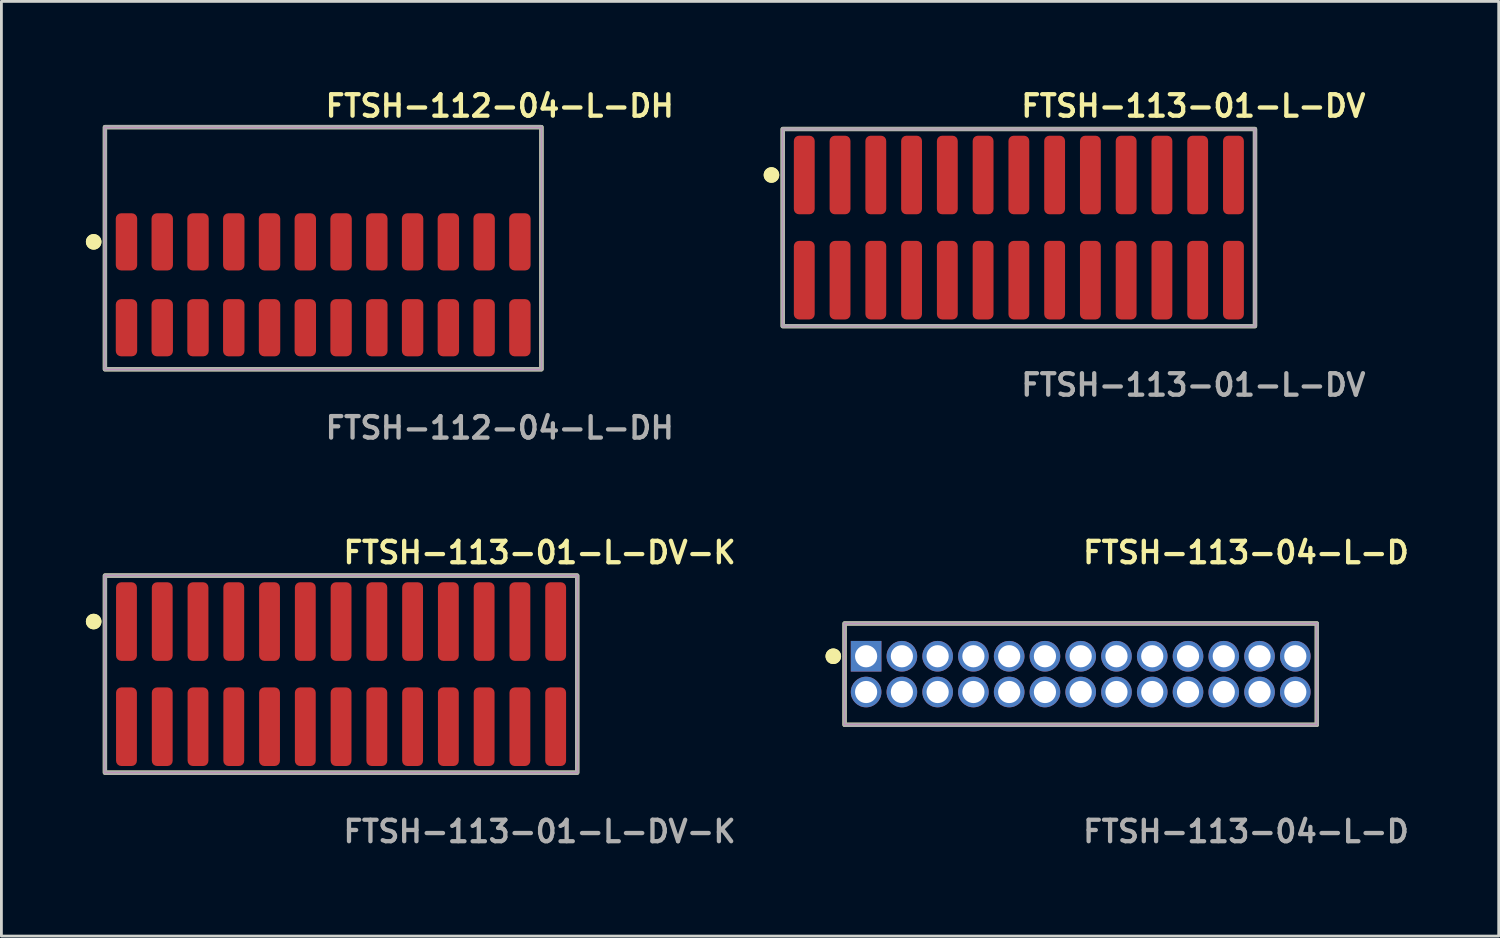
<source format=kicad_pcb>
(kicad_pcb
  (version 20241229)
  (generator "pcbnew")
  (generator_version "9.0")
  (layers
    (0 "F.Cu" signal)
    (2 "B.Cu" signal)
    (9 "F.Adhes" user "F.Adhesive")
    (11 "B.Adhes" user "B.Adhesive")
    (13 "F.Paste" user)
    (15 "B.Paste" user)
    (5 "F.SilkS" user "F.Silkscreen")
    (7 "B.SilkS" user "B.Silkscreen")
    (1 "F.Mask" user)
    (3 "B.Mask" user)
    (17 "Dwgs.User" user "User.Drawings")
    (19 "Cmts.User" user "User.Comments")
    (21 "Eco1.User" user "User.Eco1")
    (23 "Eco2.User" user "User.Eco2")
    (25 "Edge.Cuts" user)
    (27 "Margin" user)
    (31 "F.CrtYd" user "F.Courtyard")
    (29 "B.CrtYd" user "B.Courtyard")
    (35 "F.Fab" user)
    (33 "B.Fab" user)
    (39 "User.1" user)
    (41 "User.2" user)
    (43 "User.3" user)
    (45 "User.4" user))
  (footprint "FTSH-113-01-L-DV-K"
    (layer "F.Cu")
    (at 9.061 20.888)
    (property "Reference" "FTSH-113-01-L-DV-K" (at 0 -4.318 0) (unlocked yes) (layer "F.SilkS") (effects (font (size 0.762 0.762) (thickness 0.152)) (justify left)))
    (fp_rect (start -8.385 3.5) (end 8.385 -3.5) (stroke (width 0.152) (type solid)) (fill no) (layer "F.SilkS"))
    (fp_circle (center -8.785 -1.867) (end -8.985 -1.867) (stroke (width 0.152) (type solid)) (fill yes) (layer "F.SilkS"))
    (fp_circle (center -8.785 -1.867) (end -8.985 -1.867) (stroke (width 0.152) (type solid)) (fill yes) (layer "F.SilkS"))
    (fp_rect (start -8.385 3.5) (end 8.385 -3.5) (stroke (width 0.006) (type solid)) (fill no) (layer "F.CrtYd"))
    (fp_rect (start -8.385 3.5) (end 8.385 -3.5) (stroke (width 0.152) (type solid)) (fill no) (layer "F.Fab"))
    (fp_text user "${REFERENCE}" (at 0 5.588 0) (unlocked yes) (layer "F.Fab") (effects (font (size 0.762 0.762) (thickness 0.152)) (justify left)))
    (pad "1" smd roundrect (at -7.62 -1.867) (size 0.74 2.79) (layers "F.Cu" "F.Paste") (roundrect_rratio 0.25))
    (pad "2" smd roundrect (at -7.62 1.867) (size 0.74 2.79) (layers "F.Cu" "F.Paste") (roundrect_rratio 0.25))
    (pad "3" smd roundrect (at -6.35 -1.867) (size 0.74 2.79) (layers "F.Cu" "F.Paste") (roundrect_rratio 0.25))
    (pad "4" smd roundrect (at -6.35 1.867) (size 0.74 2.79) (layers "F.Cu" "F.Paste") (roundrect_rratio 0.25))
    (pad "5" smd roundrect (at -5.08 -1.867) (size 0.74 2.79) (layers "F.Cu" "F.Paste") (roundrect_rratio 0.25))
    (pad "6" smd roundrect (at -5.08 1.867) (size 0.74 2.79) (layers "F.Cu" "F.Paste") (roundrect_rratio 0.25))
    (pad "7" smd roundrect (at -3.81 -1.867) (size 0.74 2.79) (layers "F.Cu" "F.Paste") (roundrect_rratio 0.25))
    (pad "8" smd roundrect (at -3.81 1.867) (size 0.74 2.79) (layers "F.Cu" "F.Paste") (roundrect_rratio 0.25))
    (pad "9" smd roundrect (at -2.54 -1.867) (size 0.74 2.79) (layers "F.Cu" "F.Paste") (roundrect_rratio 0.25))
    (pad "10" smd roundrect (at -2.54 1.867) (size 0.74 2.79) (layers "F.Cu" "F.Paste") (roundrect_rratio 0.25))
    (pad "11" smd roundrect (at -1.27 -1.867) (size 0.74 2.79) (layers "F.Cu" "F.Paste") (roundrect_rratio 0.25))
    (pad "12" smd roundrect (at -1.27 1.867) (size 0.74 2.79) (layers "F.Cu" "F.Paste") (roundrect_rratio 0.25))
    (pad "13" smd roundrect (at 0 -1.867) (size 0.74 2.79) (layers "F.Cu" "F.Paste") (roundrect_rratio 0.25))
    (pad "14" smd roundrect (at 0 1.867) (size 0.74 2.79) (layers "F.Cu" "F.Paste") (roundrect_rratio 0.25))
    (pad "15" smd roundrect (at 1.27 -1.867) (size 0.74 2.79) (layers "F.Cu" "F.Paste") (roundrect_rratio 0.25))
    (pad "16" smd roundrect (at 1.27 1.867) (size 0.74 2.79) (layers "F.Cu" "F.Paste") (roundrect_rratio 0.25))
    (pad "17" smd roundrect (at 2.54 -1.867) (size 0.74 2.79) (layers "F.Cu" "F.Paste") (roundrect_rratio 0.25))
    (pad "18" smd roundrect (at 2.54 1.867) (size 0.74 2.79) (layers "F.Cu" "F.Paste") (roundrect_rratio 0.25))
    (pad "19" smd roundrect (at 3.81 -1.867) (size 0.74 2.79) (layers "F.Cu" "F.Paste") (roundrect_rratio 0.25))
    (pad "20" smd roundrect (at 3.81 1.867) (size 0.74 2.79) (layers "F.Cu" "F.Paste") (roundrect_rratio 0.25))
    (pad "21" smd roundrect (at 5.08 -1.867) (size 0.74 2.79) (layers "F.Cu" "F.Paste") (roundrect_rratio 0.25))
    (pad "22" smd roundrect (at 5.08 1.867) (size 0.74 2.79) (layers "F.Cu" "F.Paste") (roundrect_rratio 0.25))
    (pad "23" smd roundrect (at 6.35 -1.867) (size 0.74 2.79) (layers "F.Cu" "F.Paste") (roundrect_rratio 0.25))
    (pad "24" smd roundrect (at 6.35 1.867) (size 0.74 2.79) (layers "F.Cu" "F.Paste") (roundrect_rratio 0.25))
    (pad "25" smd roundrect (at 7.62 -1.867) (size 0.74 2.79) (layers "F.Cu" "F.Paste") (roundrect_rratio 0.25))
    (pad "26" smd roundrect (at 7.62 1.867) (size 0.74 2.79) (layers "F.Cu" "F.Paste") (roundrect_rratio 0.25)))
  (footprint "FTSH-112-04-L-DH"
    (layer "F.Cu")
    (at 8.426 7.063)
    (property "Reference" "FTSH-112-04-L-DH" (at 0 -6.35 0) (unlocked yes) (layer "F.SilkS") (effects (font (size 0.762 0.762) (thickness 0.152)) (justify left)))
    (fp_rect (start -7.75 3) (end 7.75 -5.6) (stroke (width 0.152) (type solid)) (fill no) (layer "F.SilkS"))
    (fp_circle (center -8.15 -1.525) (end -8.35 -1.525) (stroke (width 0.152) (type solid)) (fill yes) (layer "F.SilkS"))
    (fp_circle (center -8.15 -1.525) (end -8.35 -1.525) (stroke (width 0.152) (type solid)) (fill yes) (layer "F.SilkS"))
    (fp_rect (start -7.75 3) (end 7.75 -5.6) (stroke (width 0.006) (type solid)) (fill no) (layer "F.CrtYd"))
    (fp_rect (start -7.75 3) (end 7.75 -5.6) (stroke (width 0.152) (type solid)) (fill no) (layer "F.Fab"))
    (fp_text user "${REFERENCE}" (at 0 5.08 0) (unlocked yes) (layer "F.Fab") (effects (font (size 0.762 0.762) (thickness 0.152)) (justify left)))
    (pad "1" smd roundrect (at -6.985 -1.525) (size 0.76 2.03) (layers "F.Cu" "F.Paste") (roundrect_rratio 0.25))
    (pad "2" smd roundrect (at -6.985 1.525) (size 0.76 2.03) (layers "F.Cu" "F.Paste") (roundrect_rratio 0.25))
    (pad "3" smd roundrect (at -5.715 -1.525) (size 0.76 2.03) (layers "F.Cu" "F.Paste") (roundrect_rratio 0.25))
    (pad "4" smd roundrect (at -5.715 1.525) (size 0.76 2.03) (layers "F.Cu" "F.Paste") (roundrect_rratio 0.25))
    (pad "5" smd roundrect (at -4.445 -1.525) (size 0.76 2.03) (layers "F.Cu" "F.Paste") (roundrect_rratio 0.25))
    (pad "6" smd roundrect (at -4.445 1.525) (size 0.76 2.03) (layers "F.Cu" "F.Paste") (roundrect_rratio 0.25))
    (pad "7" smd roundrect (at -3.175 -1.525) (size 0.76 2.03) (layers "F.Cu" "F.Paste") (roundrect_rratio 0.25))
    (pad "8" smd roundrect (at -3.175 1.525) (size 0.76 2.03) (layers "F.Cu" "F.Paste") (roundrect_rratio 0.25))
    (pad "9" smd roundrect (at -1.905 -1.525) (size 0.76 2.03) (layers "F.Cu" "F.Paste") (roundrect_rratio 0.25))
    (pad "10" smd roundrect (at -1.905 1.525) (size 0.76 2.03) (layers "F.Cu" "F.Paste") (roundrect_rratio 0.25))
    (pad "11" smd roundrect (at -0.635 -1.525) (size 0.76 2.03) (layers "F.Cu" "F.Paste") (roundrect_rratio 0.25))
    (pad "12" smd roundrect (at -0.635 1.525) (size 0.76 2.03) (layers "F.Cu" "F.Paste") (roundrect_rratio 0.25))
    (pad "13" smd roundrect (at 0.635 -1.525) (size 0.76 2.03) (layers "F.Cu" "F.Paste") (roundrect_rratio 0.25))
    (pad "14" smd roundrect (at 0.635 1.525) (size 0.76 2.03) (layers "F.Cu" "F.Paste") (roundrect_rratio 0.25))
    (pad "15" smd roundrect (at 1.905 -1.525) (size 0.76 2.03) (layers "F.Cu" "F.Paste") (roundrect_rratio 0.25))
    (pad "16" smd roundrect (at 1.905 1.525) (size 0.76 2.03) (layers "F.Cu" "F.Paste") (roundrect_rratio 0.25))
    (pad "17" smd roundrect (at 3.175 -1.525) (size 0.76 2.03) (layers "F.Cu" "F.Paste") (roundrect_rratio 0.25))
    (pad "18" smd roundrect (at 3.175 1.525) (size 0.76 2.03) (layers "F.Cu" "F.Paste") (roundrect_rratio 0.25))
    (pad "19" smd roundrect (at 4.445 -1.525) (size 0.76 2.03) (layers "F.Cu" "F.Paste") (roundrect_rratio 0.25))
    (pad "20" smd roundrect (at 4.445 1.525) (size 0.76 2.03) (layers "F.Cu" "F.Paste") (roundrect_rratio 0.25))
    (pad "21" smd roundrect (at 5.715 -1.525) (size 0.76 2.03) (layers "F.Cu" "F.Paste") (roundrect_rratio 0.25))
    (pad "22" smd roundrect (at 5.715 1.525) (size 0.76 2.03) (layers "F.Cu" "F.Paste") (roundrect_rratio 0.25))
    (pad "23" smd roundrect (at 6.985 -1.525) (size 0.76 2.03) (layers "F.Cu" "F.Paste") (roundrect_rratio 0.25))
    (pad "24" smd roundrect (at 6.985 1.525) (size 0.76 2.03) (layers "F.Cu" "F.Paste") (roundrect_rratio 0.25)))
  (footprint "FTSH-113-04-L-D"
    (layer "F.Cu")
    (at 35.325 20.888)
    (property "Reference" "FTSH-113-04-L-D" (at 0 -4.318 0) (unlocked yes) (layer "F.SilkS") (effects (font (size 0.762 0.762) (thickness 0.152)) (justify left)))
    (fp_rect (start -8.385 1.8) (end 8.385 -1.8) (stroke (width 0.152) (type solid)) (fill no) (layer "F.SilkS"))
    (fp_circle (center -8.785 -0.635) (end -8.985 -0.635) (stroke (width 0.152) (type solid)) (fill yes) (layer "F.SilkS"))
    (fp_circle (center -8.785 -0.635) (end -8.985 -0.635) (stroke (width 0.152) (type solid)) (fill yes) (layer "F.SilkS"))
    (fp_rect (start -8.385 1.8) (end 8.385 -1.8) (stroke (width 0.006) (type solid)) (fill no) (layer "F.CrtYd"))
    (fp_rect (start -8.385 1.8) (end 8.385 -1.8) (stroke (width 0.152) (type solid)) (fill no) (layer "F.Fab"))
    (fp_text user "${REFERENCE}" (at 0 5.588 0) (unlocked yes) (layer "F.Fab") (effects (font (size 0.762 0.762) (thickness 0.152)) (justify left)))
    (pad "1" thru_hole rect (at -7.62 -0.635) (size 1.087 1.087) (drill 0.787) (layers "*.Cu" "*.Mask"))
    (pad "2" thru_hole circle (at -7.62 0.635) (size 1.087 1.087) (drill 0.787) (layers "*.Cu" "*.Mask"))
    (pad "3" thru_hole circle (at -6.35 -0.635) (size 1.087 1.087) (drill 0.787) (layers "*.Cu" "*.Mask"))
    (pad "4" thru_hole circle (at -6.35 0.635) (size 1.087 1.087) (drill 0.787) (layers "*.Cu" "*.Mask"))
    (pad "5" thru_hole circle (at -5.08 -0.635) (size 1.087 1.087) (drill 0.787) (layers "*.Cu" "*.Mask"))
    (pad "6" thru_hole circle (at -5.08 0.635) (size 1.087 1.087) (drill 0.787) (layers "*.Cu" "*.Mask"))
    (pad "7" thru_hole circle (at -3.81 -0.635) (size 1.087 1.087) (drill 0.787) (layers "*.Cu" "*.Mask"))
    (pad "8" thru_hole circle (at -3.81 0.635) (size 1.087 1.087) (drill 0.787) (layers "*.Cu" "*.Mask"))
    (pad "9" thru_hole circle (at -2.54 -0.635) (size 1.087 1.087) (drill 0.787) (layers "*.Cu" "*.Mask"))
    (pad "10" thru_hole circle (at -2.54 0.635) (size 1.087 1.087) (drill 0.787) (layers "*.Cu" "*.Mask"))
    (pad "11" thru_hole circle (at -1.27 -0.635) (size 1.087 1.087) (drill 0.787) (layers "*.Cu" "*.Mask"))
    (pad "12" thru_hole circle (at -1.27 0.635) (size 1.087 1.087) (drill 0.787) (layers "*.Cu" "*.Mask"))
    (pad "13" thru_hole circle (at 0 -0.635) (size 1.087 1.087) (drill 0.787) (layers "*.Cu" "*.Mask"))
    (pad "14" thru_hole circle (at 0 0.635) (size 1.087 1.087) (drill 0.787) (layers "*.Cu" "*.Mask"))
    (pad "15" thru_hole circle (at 1.27 -0.635) (size 1.087 1.087) (drill 0.787) (layers "*.Cu" "*.Mask"))
    (pad "16" thru_hole circle (at 1.27 0.635) (size 1.087 1.087) (drill 0.787) (layers "*.Cu" "*.Mask"))
    (pad "17" thru_hole circle (at 2.54 -0.635) (size 1.087 1.087) (drill 0.787) (layers "*.Cu" "*.Mask"))
    (pad "18" thru_hole circle (at 2.54 0.635) (size 1.087 1.087) (drill 0.787) (layers "*.Cu" "*.Mask"))
    (pad "19" thru_hole circle (at 3.81 -0.635) (size 1.087 1.087) (drill 0.787) (layers "*.Cu" "*.Mask"))
    (pad "20" thru_hole circle (at 3.81 0.635) (size 1.087 1.087) (drill 0.787) (layers "*.Cu" "*.Mask"))
    (pad "21" thru_hole circle (at 5.08 -0.635) (size 1.087 1.087) (drill 0.787) (layers "*.Cu" "*.Mask"))
    (pad "22" thru_hole circle (at 5.08 0.635) (size 1.087 1.087) (drill 0.787) (layers "*.Cu" "*.Mask"))
    (pad "23" thru_hole circle (at 6.35 -0.635) (size 1.087 1.087) (drill 0.787) (layers "*.Cu" "*.Mask"))
    (pad "24" thru_hole circle (at 6.35 0.635) (size 1.087 1.087) (drill 0.787) (layers "*.Cu" "*.Mask"))
    (pad "25" thru_hole circle (at 7.62 -0.635) (size 1.087 1.087) (drill 0.787) (layers "*.Cu" "*.Mask"))
    (pad "26" thru_hole circle (at 7.62 0.635) (size 1.087 1.087) (drill 0.787) (layers "*.Cu" "*.Mask")))
  (footprint "FTSH-113-01-L-DV"
    (layer "F.Cu")
    (at 33.129 5.031)
    (property "Reference" "FTSH-113-01-L-DV" (at 0 -4.318 0) (unlocked yes) (layer "F.SilkS") (effects (font (size 0.762 0.762) (thickness 0.152)) (justify left)))
    (fp_rect (start -8.385 3.5) (end 8.385 -3.5) (stroke (width 0.152) (type solid)) (fill no) (layer "F.SilkS"))
    (fp_circle (center -8.785 -1.867) (end -8.985 -1.867) (stroke (width 0.152) (type solid)) (fill yes) (layer "F.SilkS"))
    (fp_circle (center -8.785 -1.867) (end -8.985 -1.867) (stroke (width 0.152) (type solid)) (fill yes) (layer "F.SilkS"))
    (fp_rect (start -8.385 3.5) (end 8.385 -3.5) (stroke (width 0.006) (type solid)) (fill no) (layer "F.CrtYd"))
    (fp_rect (start -8.385 3.5) (end 8.385 -3.5) (stroke (width 0.152) (type solid)) (fill no) (layer "F.Fab"))
    (fp_text user "${REFERENCE}" (at 0 5.588 0) (unlocked yes) (layer "F.Fab") (effects (font (size 0.762 0.762) (thickness 0.152)) (justify left)))
    (pad "1" smd roundrect (at -7.62 -1.867) (size 0.74 2.79) (layers "F.Cu" "F.Paste") (roundrect_rratio 0.25))
    (pad "2" smd roundrect (at -7.62 1.867) (size 0.74 2.79) (layers "F.Cu" "F.Paste") (roundrect_rratio 0.25))
    (pad "3" smd roundrect (at -6.35 -1.867) (size 0.74 2.79) (layers "F.Cu" "F.Paste") (roundrect_rratio 0.25))
    (pad "4" smd roundrect (at -6.35 1.867) (size 0.74 2.79) (layers "F.Cu" "F.Paste") (roundrect_rratio 0.25))
    (pad "5" smd roundrect (at -5.08 -1.867) (size 0.74 2.79) (layers "F.Cu" "F.Paste") (roundrect_rratio 0.25))
    (pad "6" smd roundrect (at -5.08 1.867) (size 0.74 2.79) (layers "F.Cu" "F.Paste") (roundrect_rratio 0.25))
    (pad "7" smd roundrect (at -3.81 -1.867) (size 0.74 2.79) (layers "F.Cu" "F.Paste") (roundrect_rratio 0.25))
    (pad "8" smd roundrect (at -3.81 1.867) (size 0.74 2.79) (layers "F.Cu" "F.Paste") (roundrect_rratio 0.25))
    (pad "9" smd roundrect (at -2.54 -1.867) (size 0.74 2.79) (layers "F.Cu" "F.Paste") (roundrect_rratio 0.25))
    (pad "10" smd roundrect (at -2.54 1.867) (size 0.74 2.79) (layers "F.Cu" "F.Paste") (roundrect_rratio 0.25))
    (pad "11" smd roundrect (at -1.27 -1.867) (size 0.74 2.79) (layers "F.Cu" "F.Paste") (roundrect_rratio 0.25))
    (pad "12" smd roundrect (at -1.27 1.867) (size 0.74 2.79) (layers "F.Cu" "F.Paste") (roundrect_rratio 0.25))
    (pad "13" smd roundrect (at 0 -1.867) (size 0.74 2.79) (layers "F.Cu" "F.Paste") (roundrect_rratio 0.25))
    (pad "14" smd roundrect (at 0 1.867) (size 0.74 2.79) (layers "F.Cu" "F.Paste") (roundrect_rratio 0.25))
    (pad "15" smd roundrect (at 1.27 -1.867) (size 0.74 2.79) (layers "F.Cu" "F.Paste") (roundrect_rratio 0.25))
    (pad "16" smd roundrect (at 1.27 1.867) (size 0.74 2.79) (layers "F.Cu" "F.Paste") (roundrect_rratio 0.25))
    (pad "17" smd roundrect (at 2.54 -1.867) (size 0.74 2.79) (layers "F.Cu" "F.Paste") (roundrect_rratio 0.25))
    (pad "18" smd roundrect (at 2.54 1.867) (size 0.74 2.79) (layers "F.Cu" "F.Paste") (roundrect_rratio 0.25))
    (pad "19" smd roundrect (at 3.81 -1.867) (size 0.74 2.79) (layers "F.Cu" "F.Paste") (roundrect_rratio 0.25))
    (pad "20" smd roundrect (at 3.81 1.867) (size 0.74 2.79) (layers "F.Cu" "F.Paste") (roundrect_rratio 0.25))
    (pad "21" smd roundrect (at 5.08 -1.867) (size 0.74 2.79) (layers "F.Cu" "F.Paste") (roundrect_rratio 0.25))
    (pad "22" smd roundrect (at 5.08 1.867) (size 0.74 2.79) (layers "F.Cu" "F.Paste") (roundrect_rratio 0.25))
    (pad "23" smd roundrect (at 6.35 -1.867) (size 0.74 2.79) (layers "F.Cu" "F.Paste") (roundrect_rratio 0.25))
    (pad "24" smd roundrect (at 6.35 1.867) (size 0.74 2.79) (layers "F.Cu" "F.Paste") (roundrect_rratio 0.25))
    (pad "25" smd roundrect (at 7.62 -1.867) (size 0.74 2.79) (layers "F.Cu" "F.Paste") (roundrect_rratio 0.25))
    (pad "26" smd roundrect (at 7.62 1.867) (size 0.74 2.79) (layers "F.Cu" "F.Paste") (roundrect_rratio 0.25)))
  (gr_rect
    (start -3 -3)
    (end 50.168 30.189)
    (stroke (width 0.1) (type default))
    (fill no)
    (layer "Edge.Cuts")))
</source>
